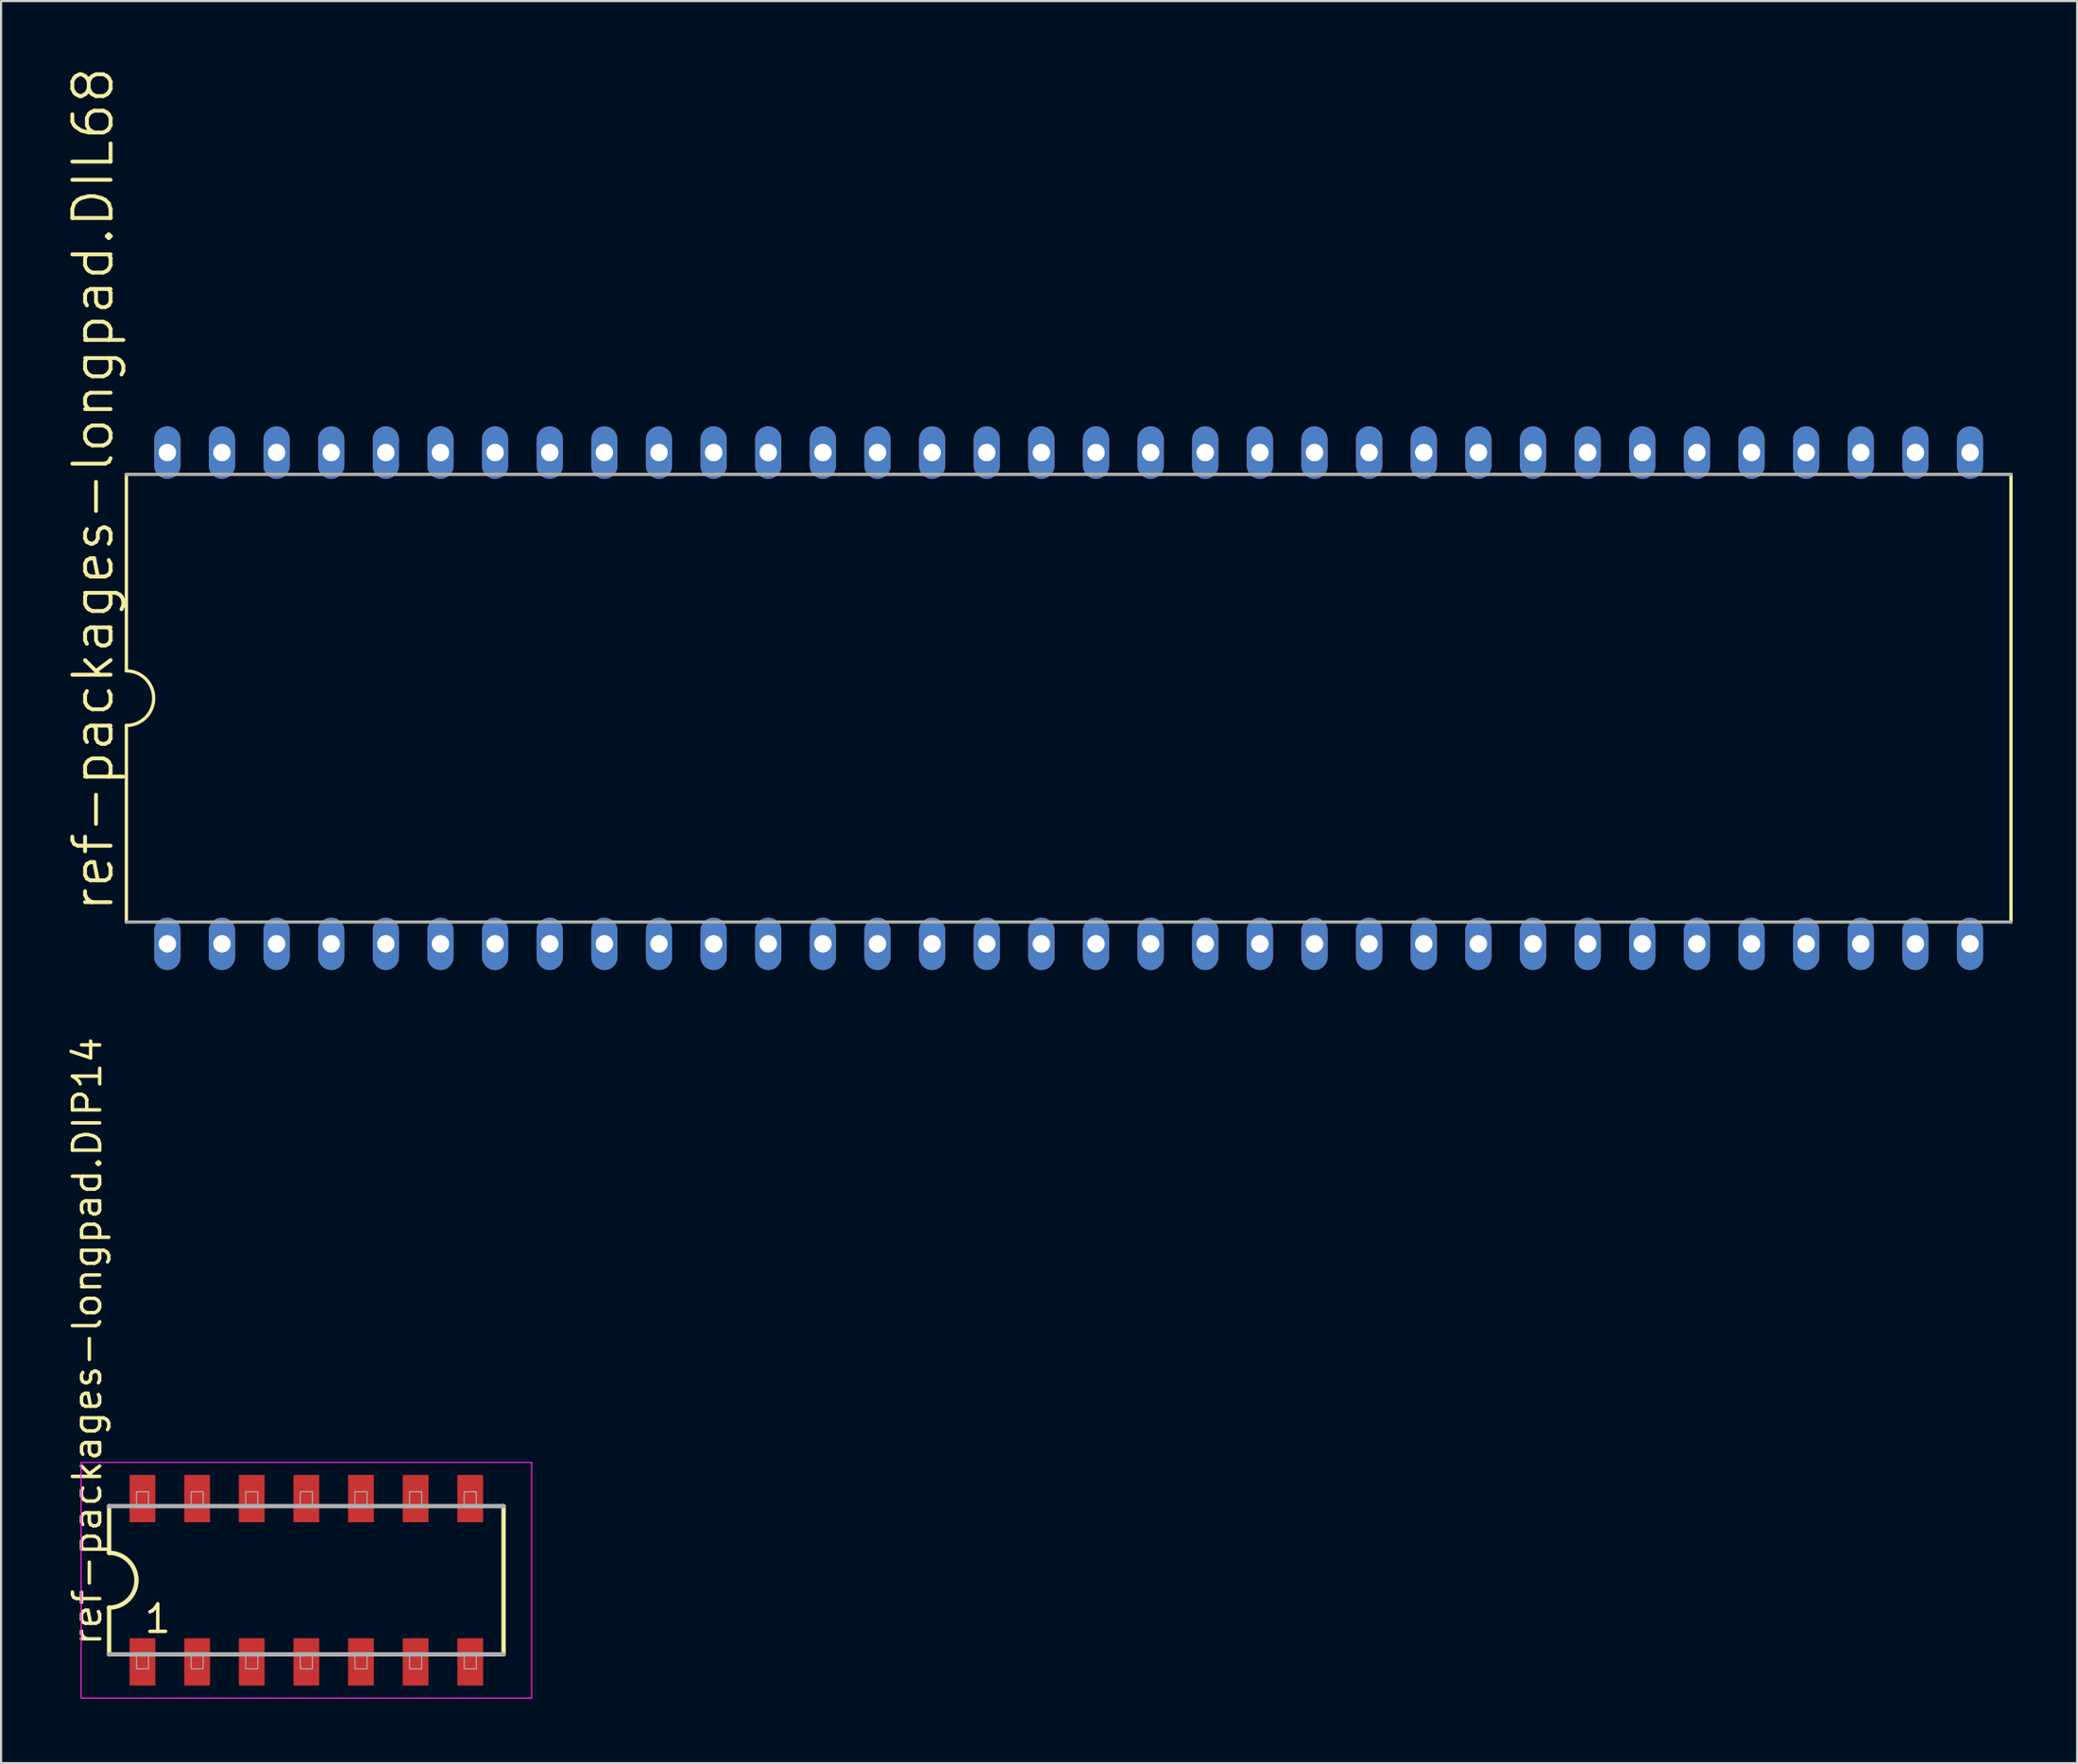
<source format=kicad_pcb>
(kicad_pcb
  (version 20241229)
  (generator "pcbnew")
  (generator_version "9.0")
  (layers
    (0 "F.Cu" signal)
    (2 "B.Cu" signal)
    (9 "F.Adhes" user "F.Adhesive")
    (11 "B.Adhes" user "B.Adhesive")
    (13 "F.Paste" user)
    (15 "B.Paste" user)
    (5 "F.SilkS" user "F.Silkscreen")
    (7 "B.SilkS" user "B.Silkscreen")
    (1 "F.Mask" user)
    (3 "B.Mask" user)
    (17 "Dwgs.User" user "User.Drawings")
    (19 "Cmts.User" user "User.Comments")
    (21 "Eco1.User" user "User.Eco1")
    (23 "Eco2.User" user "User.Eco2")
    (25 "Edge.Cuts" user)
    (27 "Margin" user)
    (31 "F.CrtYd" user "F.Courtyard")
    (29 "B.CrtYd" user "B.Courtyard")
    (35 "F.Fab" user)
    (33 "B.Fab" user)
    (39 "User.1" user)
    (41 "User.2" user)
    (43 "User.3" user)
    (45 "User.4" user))
  (footprint "ref-packages-longpad.DIP14"
    (layer "F.Cu")
    (at 11.195 70.48)
    (property "Reference" "ref-packages-longpad.DIP14" (at -9.445 3.135 90) (layer "F.SilkS") (effects (font (size 1.27 1.27) (thickness 0.16)) (justify left bottom)))
    (attr smd)
    (fp_line (start -9.17 -3.45) (end -9.17 -1.27) (stroke (width 0.203) (type default)) (layer "F.SilkS"))
    (fp_line (start -9.17 1.27) (end -9.17 3.45) (stroke (width 0.203) (type default)) (layer "F.SilkS"))
    (fp_line (start 9.17 3.45) (end 9.17 -3.45) (stroke (width 0.203) (type default)) (layer "F.SilkS"))
    (fp_arc (start -9.175 -1.275) (mid -7.9 0) (end -9.175 1.275) (stroke (width 0.2032) (type default)) (layer "F.SilkS"))
    (fp_line (start -10.473 -5.483) (end 10.473 -5.483) (stroke (width 0.051) (type default)) (layer "F.CrtYd"))
    (fp_line (start -10.473 5.483) (end -10.473 -5.483) (stroke (width 0.051) (type default)) (layer "F.CrtYd"))
    (fp_line (start 10.473 -5.483) (end 10.473 5.483) (stroke (width 0.051) (type default)) (layer "F.CrtYd"))
    (fp_line (start 10.473 5.483) (end -10.473 5.483) (stroke (width 0.051) (type default)) (layer "F.CrtYd"))
    (fp_line (start -9.17 3.45) (end 9.17 3.45) (stroke (width 0.203) (type default)) (layer "F.Fab"))
    (fp_line (start 9.17 -3.45) (end -9.17 -3.45) (stroke (width 0.203) (type default)) (layer "F.Fab"))
    (fp_rect (start -7.9 -3.45) (end -7.34 -4.12) (stroke (width 0.05) (type default)) (fill no) (layer "F.Fab"))
    (fp_rect (start -7.9 4.12) (end -7.34 3.45) (stroke (width 0.05) (type default)) (fill no) (layer "F.Fab"))
    (fp_rect (start -5.36 -3.45) (end -4.8 -4.12) (stroke (width 0.05) (type default)) (fill no) (layer "F.Fab"))
    (fp_rect (start -5.36 4.12) (end -4.8 3.45) (stroke (width 0.05) (type default)) (fill no) (layer "F.Fab"))
    (fp_rect (start -2.82 -3.45) (end -2.26 -4.12) (stroke (width 0.05) (type default)) (fill no) (layer "F.Fab"))
    (fp_rect (start -2.82 4.12) (end -2.26 3.45) (stroke (width 0.05) (type default)) (fill no) (layer "F.Fab"))
    (fp_rect (start -0.28 -3.45) (end 0.28 -4.12) (stroke (width 0.05) (type default)) (fill no) (layer "F.Fab"))
    (fp_rect (start -0.28 4.12) (end 0.28 3.45) (stroke (width 0.05) (type default)) (fill no) (layer "F.Fab"))
    (fp_rect (start 2.26 -3.45) (end 2.82 -4.12) (stroke (width 0.05) (type default)) (fill no) (layer "F.Fab"))
    (fp_rect (start 2.26 4.12) (end 2.82 3.45) (stroke (width 0.05) (type default)) (fill no) (layer "F.Fab"))
    (fp_rect (start 4.8 -3.45) (end 5.36 -4.12) (stroke (width 0.05) (type default)) (fill no) (layer "F.Fab"))
    (fp_rect (start 4.8 4.12) (end 5.36 3.45) (stroke (width 0.05) (type default)) (fill no) (layer "F.Fab"))
    (fp_rect (start 7.34 -3.45) (end 7.9 -4.12) (stroke (width 0.05) (type default)) (fill no) (layer "F.Fab"))
    (fp_rect (start 7.34 4.12) (end 7.9 3.45) (stroke (width 0.05) (type default)) (fill no) (layer "F.Fab"))
    (fp_text user "1" (at -7.62 2.54 0) (layer "F.SilkS") (effects (font (size 1.27 1.27) (thickness 0.16)) (justify left bottom)))
    (pad "1" smd roundrect (at -7.62 3.8) (size 1.2 2.2) (layers "F.Cu" "F.Mask" "F.Paste") (roundrect_rratio 0.01))
    (pad "2" smd roundrect (at -5.08 3.8) (size 1.2 2.2) (layers "F.Cu" "F.Mask" "F.Paste") (roundrect_rratio 0.01))
    (pad "3" smd roundrect (at -2.54 3.8) (size 1.2 2.2) (layers "F.Cu" "F.Mask" "F.Paste") (roundrect_rratio 0.01))
    (pad "4" smd roundrect (at 0 3.8) (size 1.2 2.2) (layers "F.Cu" "F.Mask" "F.Paste") (roundrect_rratio 0.01))
    (pad "5" smd roundrect (at 2.54 3.8) (size 1.2 2.2) (layers "F.Cu" "F.Mask" "F.Paste") (roundrect_rratio 0.01))
    (pad "6" smd roundrect (at 5.08 3.8) (size 1.2 2.2) (layers "F.Cu" "F.Mask" "F.Paste") (roundrect_rratio 0.01))
    (pad "7" smd roundrect (at 7.62 3.8) (size 1.2 2.2) (layers "F.Cu" "F.Mask" "F.Paste") (roundrect_rratio 0.01))
    (pad "8" smd roundrect (at 7.62 -3.8) (size 1.2 2.2) (layers "F.Cu" "F.Mask" "F.Paste") (roundrect_rratio 0.01))
    (pad "9" smd roundrect (at 5.08 -3.8) (size 1.2 2.2) (layers "F.Cu" "F.Mask" "F.Paste") (roundrect_rratio 0.01))
    (pad "10" smd roundrect (at 2.54 -3.8) (size 1.2 2.2) (layers "F.Cu" "F.Mask" "F.Paste") (roundrect_rratio 0.01))
    (pad "11" smd roundrect (at 0 -3.8) (size 1.2 2.2) (layers "F.Cu" "F.Mask" "F.Paste") (roundrect_rratio 0.01))
    (pad "12" smd roundrect (at -2.54 -3.8) (size 1.2 2.2) (layers "F.Cu" "F.Mask" "F.Paste") (roundrect_rratio 0.01))
    (pad "13" smd roundrect (at -5.08 -3.8) (size 1.2 2.2) (layers "F.Cu" "F.Mask" "F.Paste") (roundrect_rratio 0.01))
    (pad "14" smd roundrect (at -7.62 -3.8) (size 1.2 2.2) (layers "F.Cu" "F.Mask" "F.Paste") (roundrect_rratio 0.01)))
  (footprint "ref-packages-longpad.DIL68"
    (layer "F.Cu")
    (at 46.641 29.437)
    (property "Reference" "ref-packages-longpad.DIL68" (at -44.323 10.033 90) (layer "F.SilkS") (effects (font (size 1.778 1.778) (thickness 0.18)) (justify left bottom)))
    (attr through_hole)
    (fp_line (start -43.815 -10.414) (end -43.815 -1.27) (stroke (width 0.152) (type default)) (layer "F.SilkS"))
    (fp_line (start -43.815 1.27) (end -43.815 10.414) (stroke (width 0.152) (type default)) (layer "F.SilkS"))
    (fp_line (start 43.815 10.414) (end 43.815 -10.414) (stroke (width 0.152) (type default)) (layer "F.SilkS"))
    (fp_arc (start -43.815 -1.27) (mid -42.545 0) (end -43.815 1.27) (stroke (width 0.1524) (type default)) (layer "F.SilkS"))
    (fp_line (start -43.815 -10.414) (end 43.815 -10.414) (stroke (width 0.152) (type default)) (layer "F.Fab"))
    (fp_line (start -43.815 10.414) (end 43.815 10.414) (stroke (width 0.152) (type default)) (layer "F.Fab"))
    (pad "1" thru_hole oval (at -41.91 11.43 90) (size 2.438 1.219) (drill 0.813) (layers "*.Cu" "*.Mask"))
    (pad "2" thru_hole oval (at -39.37 11.43 90) (size 2.438 1.219) (drill 0.813) (layers "*.Cu" "*.Mask"))
    (pad "3" thru_hole oval (at -36.83 11.43 90) (size 2.438 1.219) (drill 0.813) (layers "*.Cu" "*.Mask"))
    (pad "4" thru_hole oval (at -34.29 11.43 90) (size 2.438 1.219) (drill 0.813) (layers "*.Cu" "*.Mask"))
    (pad "5" thru_hole oval (at -31.75 11.43 90) (size 2.438 1.219) (drill 0.813) (layers "*.Cu" "*.Mask"))
    (pad "6" thru_hole oval (at -29.21 11.43 90) (size 2.438 1.219) (drill 0.813) (layers "*.Cu" "*.Mask"))
    (pad "7" thru_hole oval (at -26.67 11.43 90) (size 2.438 1.219) (drill 0.813) (layers "*.Cu" "*.Mask"))
    (pad "8" thru_hole oval (at -24.13 11.43 90) (size 2.438 1.219) (drill 0.813) (layers "*.Cu" "*.Mask"))
    (pad "9" thru_hole oval (at -21.59 11.43 90) (size 2.438 1.219) (drill 0.813) (layers "*.Cu" "*.Mask"))
    (pad "10" thru_hole oval (at -19.05 11.43 90) (size 2.438 1.219) (drill 0.813) (layers "*.Cu" "*.Mask"))
    (pad "11" thru_hole oval (at -16.51 11.43 90) (size 2.438 1.219) (drill 0.813) (layers "*.Cu" "*.Mask"))
    (pad "12" thru_hole oval (at -13.97 11.43 90) (size 2.438 1.219) (drill 0.813) (layers "*.Cu" "*.Mask"))
    (pad "13" thru_hole oval (at -11.43 11.43 90) (size 2.438 1.219) (drill 0.813) (layers "*.Cu" "*.Mask"))
    (pad "14" thru_hole oval (at -8.89 11.43 90) (size 2.438 1.219) (drill 0.813) (layers "*.Cu" "*.Mask"))
    (pad "15" thru_hole oval (at -6.35 11.43 90) (size 2.438 1.219) (drill 0.813) (layers "*.Cu" "*.Mask"))
    (pad "16" thru_hole oval (at -3.81 11.43 90) (size 2.438 1.219) (drill 0.813) (layers "*.Cu" "*.Mask"))
    (pad "17" thru_hole oval (at -1.27 11.43 90) (size 2.438 1.219) (drill 0.813) (layers "*.Cu" "*.Mask"))
    (pad "18" thru_hole oval (at 1.27 11.43 90) (size 2.438 1.219) (drill 0.813) (layers "*.Cu" "*.Mask"))
    (pad "19" thru_hole oval (at 3.81 11.43 90) (size 2.438 1.219) (drill 0.813) (layers "*.Cu" "*.Mask"))
    (pad "20" thru_hole oval (at 6.35 11.43 90) (size 2.438 1.219) (drill 0.813) (layers "*.Cu" "*.Mask"))
    (pad "21" thru_hole oval (at 8.89 11.43 90) (size 2.438 1.219) (drill 0.813) (layers "*.Cu" "*.Mask"))
    (pad "22" thru_hole oval (at 11.43 11.43 90) (size 2.438 1.219) (drill 0.813) (layers "*.Cu" "*.Mask"))
    (pad "23" thru_hole oval (at 13.97 11.43 90) (size 2.438 1.219) (drill 0.813) (layers "*.Cu" "*.Mask"))
    (pad "24" thru_hole oval (at 16.51 11.43 90) (size 2.438 1.219) (drill 0.813) (layers "*.Cu" "*.Mask"))
    (pad "25" thru_hole oval (at 19.05 11.43 90) (size 2.438 1.219) (drill 0.813) (layers "*.Cu" "*.Mask"))
    (pad "26" thru_hole oval (at 21.59 11.43 90) (size 2.438 1.219) (drill 0.813) (layers "*.Cu" "*.Mask"))
    (pad "27" thru_hole oval (at 24.13 11.43 90) (size 2.438 1.219) (drill 0.813) (layers "*.Cu" "*.Mask"))
    (pad "28" thru_hole oval (at 26.67 11.43 90) (size 2.438 1.219) (drill 0.813) (layers "*.Cu" "*.Mask"))
    (pad "29" thru_hole oval (at 29.21 11.43 90) (size 2.438 1.219) (drill 0.813) (layers "*.Cu" "*.Mask"))
    (pad "30" thru_hole oval (at 31.75 11.43 90) (size 2.438 1.219) (drill 0.813) (layers "*.Cu" "*.Mask"))
    (pad "31" thru_hole oval (at 34.29 11.43 90) (size 2.438 1.219) (drill 0.813) (layers "*.Cu" "*.Mask"))
    (pad "32" thru_hole oval (at 36.83 11.43 90) (size 2.438 1.219) (drill 0.813) (layers "*.Cu" "*.Mask"))
    (pad "33" thru_hole oval (at 39.37 11.43 90) (size 2.438 1.219) (drill 0.813) (layers "*.Cu" "*.Mask"))
    (pad "34" thru_hole oval (at 41.91 11.43 90) (size 2.438 1.219) (drill 0.813) (layers "*.Cu" "*.Mask"))
    (pad "35" thru_hole oval (at 41.91 -11.43 90) (size 2.438 1.219) (drill 0.813) (layers "*.Cu" "*.Mask"))
    (pad "36" thru_hole oval (at 39.37 -11.43 90) (size 2.438 1.219) (drill 0.813) (layers "*.Cu" "*.Mask"))
    (pad "37" thru_hole oval (at 36.83 -11.43 90) (size 2.438 1.219) (drill 0.813) (layers "*.Cu" "*.Mask"))
    (pad "38" thru_hole oval (at 34.29 -11.43 90) (size 2.438 1.219) (drill 0.813) (layers "*.Cu" "*.Mask"))
    (pad "39" thru_hole oval (at 31.75 -11.43 90) (size 2.438 1.219) (drill 0.813) (layers "*.Cu" "*.Mask"))
    (pad "40" thru_hole oval (at 29.21 -11.43 90) (size 2.438 1.219) (drill 0.813) (layers "*.Cu" "*.Mask"))
    (pad "41" thru_hole oval (at 26.67 -11.43 90) (size 2.438 1.219) (drill 0.813) (layers "*.Cu" "*.Mask"))
    (pad "42" thru_hole oval (at 24.13 -11.43 90) (size 2.438 1.219) (drill 0.813) (layers "*.Cu" "*.Mask"))
    (pad "43" thru_hole oval (at 21.59 -11.43 90) (size 2.438 1.219) (drill 0.813) (layers "*.Cu" "*.Mask"))
    (pad "44" thru_hole oval (at 19.05 -11.43 90) (size 2.438 1.219) (drill 0.813) (layers "*.Cu" "*.Mask"))
    (pad "45" thru_hole oval (at 16.51 -11.43 90) (size 2.438 1.219) (drill 0.813) (layers "*.Cu" "*.Mask"))
    (pad "46" thru_hole oval (at 13.97 -11.43 90) (size 2.438 1.219) (drill 0.813) (layers "*.Cu" "*.Mask"))
    (pad "47" thru_hole oval (at 11.43 -11.43 90) (size 2.438 1.219) (drill 0.813) (layers "*.Cu" "*.Mask"))
    (pad "48" thru_hole oval (at 8.89 -11.43 90) (size 2.438 1.219) (drill 0.813) (layers "*.Cu" "*.Mask"))
    (pad "49" thru_hole oval (at 6.35 -11.43 90) (size 2.438 1.219) (drill 0.813) (layers "*.Cu" "*.Mask"))
    (pad "50" thru_hole oval (at 3.81 -11.43 90) (size 2.438 1.219) (drill 0.813) (layers "*.Cu" "*.Mask"))
    (pad "51" thru_hole oval (at 1.27 -11.43 90) (size 2.438 1.219) (drill 0.813) (layers "*.Cu" "*.Mask"))
    (pad "52" thru_hole oval (at -1.27 -11.43 90) (size 2.438 1.219) (drill 0.813) (layers "*.Cu" "*.Mask"))
    (pad "53" thru_hole oval (at -3.81 -11.43 90) (size 2.438 1.219) (drill 0.813) (layers "*.Cu" "*.Mask"))
    (pad "54" thru_hole oval (at -6.35 -11.43 90) (size 2.438 1.219) (drill 0.813) (layers "*.Cu" "*.Mask"))
    (pad "55" thru_hole oval (at -8.89 -11.43 90) (size 2.438 1.219) (drill 0.813) (layers "*.Cu" "*.Mask"))
    (pad "56" thru_hole oval (at -11.43 -11.43 90) (size 2.438 1.219) (drill 0.813) (layers "*.Cu" "*.Mask"))
    (pad "57" thru_hole oval (at -13.97 -11.43 90) (size 2.438 1.219) (drill 0.813) (layers "*.Cu" "*.Mask"))
    (pad "58" thru_hole oval (at -16.51 -11.43 90) (size 2.438 1.219) (drill 0.813) (layers "*.Cu" "*.Mask"))
    (pad "59" thru_hole oval (at -19.05 -11.43 90) (size 2.438 1.219) (drill 0.813) (layers "*.Cu" "*.Mask"))
    (pad "60" thru_hole oval (at -21.59 -11.43 90) (size 2.438 1.219) (drill 0.813) (layers "*.Cu" "*.Mask"))
    (pad "61" thru_hole oval (at -24.13 -11.43 90) (size 2.438 1.219) (drill 0.813) (layers "*.Cu" "*.Mask"))
    (pad "62" thru_hole oval (at -26.67 -11.43 90) (size 2.438 1.219) (drill 0.813) (layers "*.Cu" "*.Mask"))
    (pad "63" thru_hole oval (at -29.21 -11.43 90) (size 2.438 1.219) (drill 0.813) (layers "*.Cu" "*.Mask"))
    (pad "64" thru_hole oval (at -31.75 -11.43 90) (size 2.438 1.219) (drill 0.813) (layers "*.Cu" "*.Mask"))
    (pad "65" thru_hole oval (at -34.29 -11.43 90) (size 2.438 1.219) (drill 0.813) (layers "*.Cu" "*.Mask"))
    (pad "66" thru_hole oval (at -36.83 -11.43 90) (size 2.438 1.219) (drill 0.813) (layers "*.Cu" "*.Mask"))
    (pad "67" thru_hole oval (at -39.37 -11.43 90) (size 2.438 1.219) (drill 0.813) (layers "*.Cu" "*.Mask"))
    (pad "68" thru_hole oval (at -41.91 -11.43 90) (size 2.438 1.219) (drill 0.813) (layers "*.Cu" "*.Mask")))
  (gr_rect
    (start -3 -3)
    (end 93.532 78.988)
    (stroke (width 0.1) (type default))
    (fill no)
    (layer "Edge.Cuts")))
</source>
